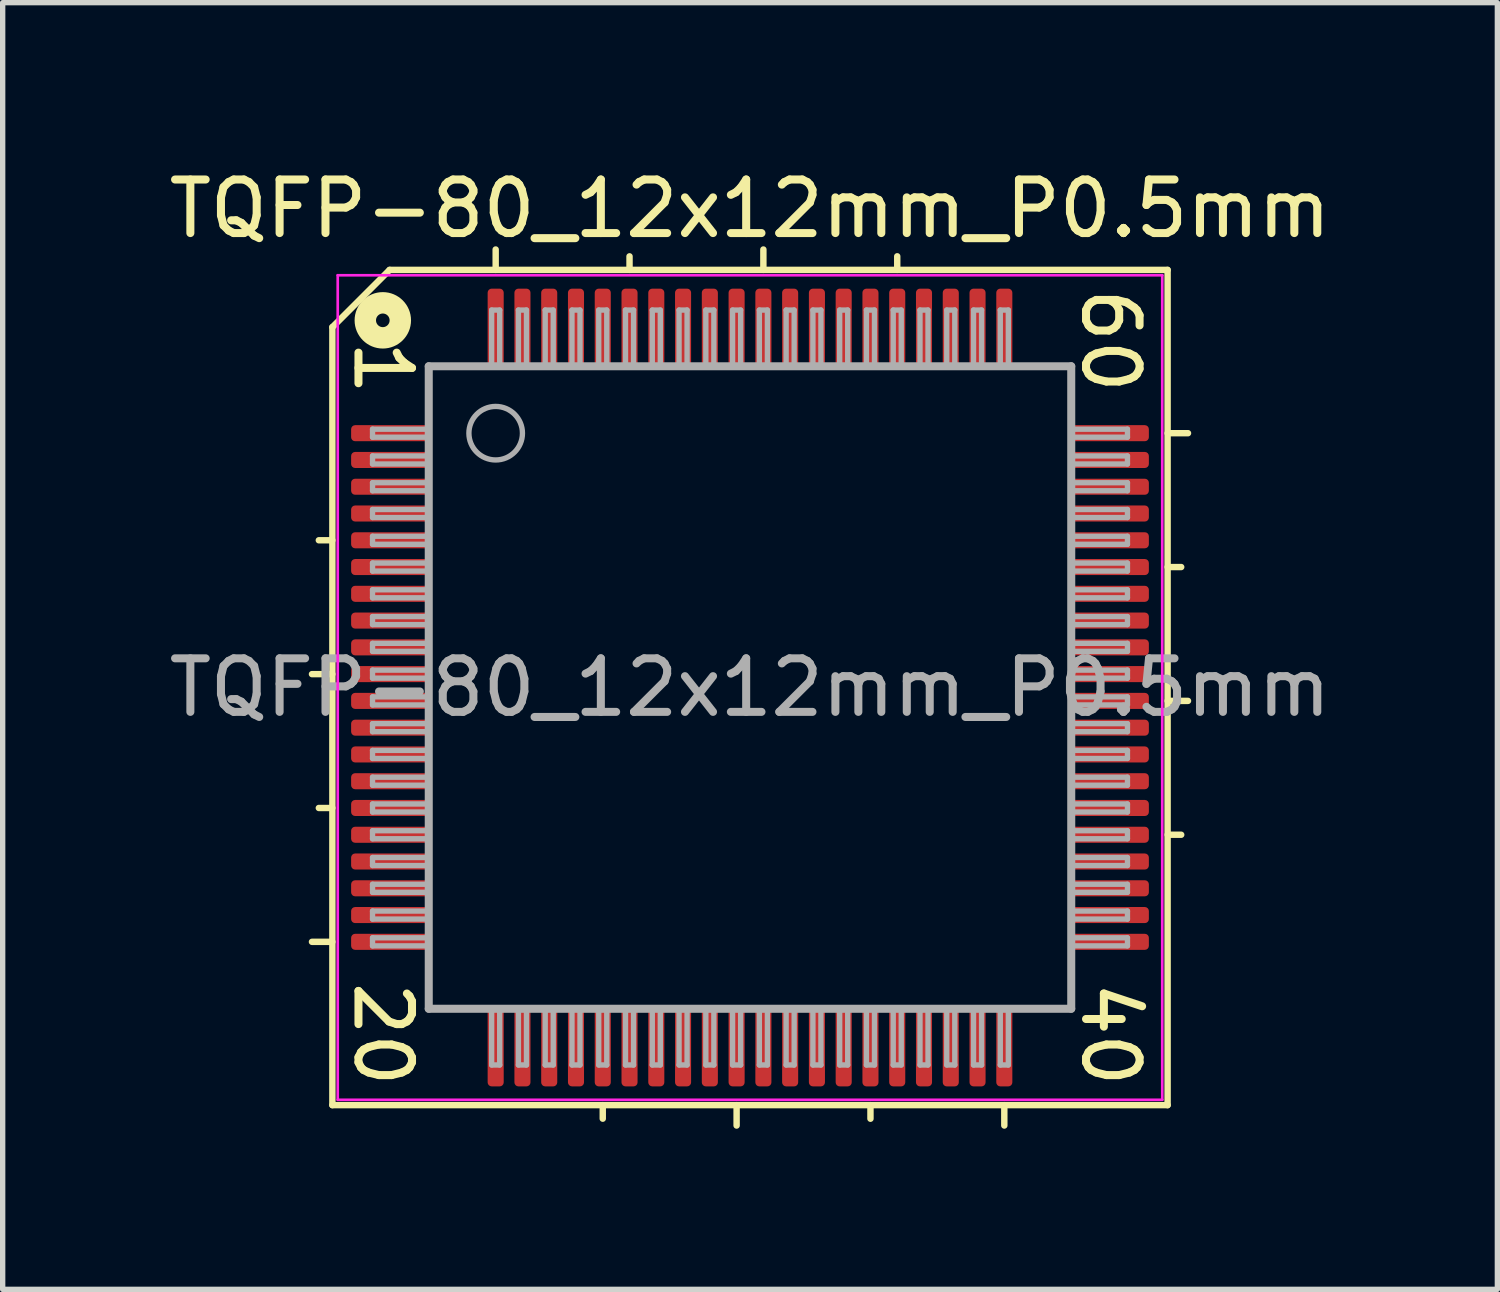
<source format=kicad_pcb>
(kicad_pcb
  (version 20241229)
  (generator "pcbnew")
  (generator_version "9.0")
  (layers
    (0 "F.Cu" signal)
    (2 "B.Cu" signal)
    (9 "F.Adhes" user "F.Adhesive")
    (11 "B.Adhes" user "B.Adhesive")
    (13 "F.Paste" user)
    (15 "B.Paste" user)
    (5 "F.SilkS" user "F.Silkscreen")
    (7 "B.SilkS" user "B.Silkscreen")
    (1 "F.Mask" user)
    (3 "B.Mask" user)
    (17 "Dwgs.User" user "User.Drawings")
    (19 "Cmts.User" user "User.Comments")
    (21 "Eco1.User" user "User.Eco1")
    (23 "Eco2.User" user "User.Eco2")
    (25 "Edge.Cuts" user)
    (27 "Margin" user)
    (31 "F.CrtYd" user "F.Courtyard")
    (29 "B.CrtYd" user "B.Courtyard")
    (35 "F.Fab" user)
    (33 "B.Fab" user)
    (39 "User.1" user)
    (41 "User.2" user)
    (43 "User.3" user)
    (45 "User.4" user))
  (footprint "TQFP-80_12x12mm_P0.5mm"
    (layer "F.Cu")
    (at 10.958 9.791)
    (property "Reference" "TQFP-80_12x12mm_P0.5mm" (at 0 -8.943 0) (layer "F.SilkS") (effects (font (size 1 1) (thickness 0.15))))
    (attr smd)
    (fp_line (start -8.181 -0.25) (end -7.8 -0.25) (stroke (width 0.12) (type solid)) (layer "F.SilkS"))
    (fp_line (start -8.181 4.75) (end -7.8 4.75) (stroke (width 0.12) (type solid)) (layer "F.SilkS"))
    (fp_line (start -8.053 2.25) (end -7.8 2.25) (stroke (width 0.12) (type solid)) (layer "F.SilkS"))
    (fp_line (start -7.8 -6.731) (end -7.8 7.8) (stroke (width 0.12) (type solid)) (layer "F.SilkS"))
    (fp_line (start -7.8 -2.75) (end -8.053 -2.75) (stroke (width 0.12) (type solid)) (layer "F.SilkS"))
    (fp_line (start -7.8 7.8) (end 7.8 7.8) (stroke (width 0.12) (type solid)) (layer "F.SilkS"))
    (fp_line (start -6.731 -7.8) (end -7.8 -6.731) (stroke (width 0.12) (type solid)) (layer "F.SilkS"))
    (fp_line (start -4.75 -7.8) (end -4.75 -8.181) (stroke (width 0.12) (type solid)) (layer "F.SilkS"))
    (fp_line (start -2.75 8.053) (end -2.75 7.8) (stroke (width 0.12) (type solid)) (layer "F.SilkS"))
    (fp_line (start -2.25 -7.8) (end -2.25 -8.053) (stroke (width 0.12) (type solid)) (layer "F.SilkS"))
    (fp_line (start -0.25 8.181) (end -0.25 7.8) (stroke (width 0.12) (type solid)) (layer "F.SilkS"))
    (fp_line (start 0.25 -7.8) (end 0.25 -8.181) (stroke (width 0.12) (type solid)) (layer "F.SilkS"))
    (fp_line (start 2.25 8.054) (end 2.25 7.8) (stroke (width 0.12) (type solid)) (layer "F.SilkS"))
    (fp_line (start 2.75 -7.8) (end 2.75 -8.054) (stroke (width 0.12) (type solid)) (layer "F.SilkS"))
    (fp_line (start 4.75 8.181) (end 4.75 7.8) (stroke (width 0.12) (type solid)) (layer "F.SilkS"))
    (fp_line (start 7.8 -7.8) (end -6.731 -7.8) (stroke (width 0.12) (type solid)) (layer "F.SilkS"))
    (fp_line (start 7.8 -4.75) (end 8.181 -4.75) (stroke (width 0.12) (type solid)) (layer "F.SilkS"))
    (fp_line (start 7.8 -2.25) (end 8.054 -2.25) (stroke (width 0.12) (type solid)) (layer "F.SilkS"))
    (fp_line (start 7.8 0.25) (end 8.181 0.25) (stroke (width 0.12) (type solid)) (layer "F.SilkS"))
    (fp_line (start 7.8 7.8) (end 7.8 -7.8) (stroke (width 0.12) (type solid)) (layer "F.SilkS"))
    (fp_line (start 7.801 2.75) (end 8.054 2.75) (stroke (width 0.12) (type solid)) (layer "F.SilkS"))
    (fp_circle (center -6.858 -6.858) (end -6.731 -6.858) (stroke (width 0.4) (type solid)) (fill no) (layer "F.SilkS"))
    (fp_line (start -7.7 -7.7) (end -7.7 7.7) (stroke (width 0.05) (type solid)) (layer "F.CrtYd"))
    (fp_line (start -7.7 -7.7) (end 7.7 -7.7) (stroke (width 0.05) (type solid)) (layer "F.CrtYd"))
    (fp_line (start -7.7 7.7) (end 7.7 7.7) (stroke (width 0.05) (type solid)) (layer "F.CrtYd"))
    (fp_line (start 7.7 -7.7) (end 7.7 7.7) (stroke (width 0.05) (type solid)) (layer "F.CrtYd"))
    (fp_line (start -7.05 -4.825) (end -7.05 -4.675) (stroke (width 0.1) (type solid)) (layer "F.Fab"))
    (fp_line (start -7.05 -4.825) (end -6 -4.825) (stroke (width 0.1) (type solid)) (layer "F.Fab"))
    (fp_line (start -7.05 -4.675) (end -6 -4.675) (stroke (width 0.1) (type solid)) (layer "F.Fab"))
    (fp_line (start -7.05 -4.325) (end -7.05 -4.175) (stroke (width 0.1) (type solid)) (layer "F.Fab"))
    (fp_line (start -7.05 -4.325) (end -6 -4.325) (stroke (width 0.1) (type solid)) (layer "F.Fab"))
    (fp_line (start -7.05 -4.175) (end -6 -4.175) (stroke (width 0.1) (type solid)) (layer "F.Fab"))
    (fp_line (start -7.05 -3.825) (end -7.05 -3.675) (stroke (width 0.1) (type solid)) (layer "F.Fab"))
    (fp_line (start -7.05 -3.825) (end -6 -3.825) (stroke (width 0.1) (type solid)) (layer "F.Fab"))
    (fp_line (start -7.05 -3.675) (end -6 -3.675) (stroke (width 0.1) (type solid)) (layer "F.Fab"))
    (fp_line (start -7.05 -3.325) (end -7.05 -3.175) (stroke (width 0.1) (type solid)) (layer "F.Fab"))
    (fp_line (start -7.05 -3.325) (end -6 -3.325) (stroke (width 0.1) (type solid)) (layer "F.Fab"))
    (fp_line (start -7.05 -3.175) (end -6 -3.175) (stroke (width 0.1) (type solid)) (layer "F.Fab"))
    (fp_line (start -7.05 -2.825) (end -7.05 -2.675) (stroke (width 0.1) (type solid)) (layer "F.Fab"))
    (fp_line (start -7.05 -2.825) (end -6 -2.825) (stroke (width 0.1) (type solid)) (layer "F.Fab"))
    (fp_line (start -7.05 -2.675) (end -6 -2.675) (stroke (width 0.1) (type solid)) (layer "F.Fab"))
    (fp_line (start -7.05 -2.325) (end -7.05 -2.175) (stroke (width 0.1) (type solid)) (layer "F.Fab"))
    (fp_line (start -7.05 -2.325) (end -6 -2.325) (stroke (width 0.1) (type solid)) (layer "F.Fab"))
    (fp_line (start -7.05 -2.175) (end -6 -2.175) (stroke (width 0.1) (type solid)) (layer "F.Fab"))
    (fp_line (start -7.05 -1.825) (end -7.05 -1.675) (stroke (width 0.1) (type solid)) (layer "F.Fab"))
    (fp_line (start -7.05 -1.825) (end -6 -1.825) (stroke (width 0.1) (type solid)) (layer "F.Fab"))
    (fp_line (start -7.05 -1.675) (end -6 -1.675) (stroke (width 0.1) (type solid)) (layer "F.Fab"))
    (fp_line (start -7.05 -1.325) (end -7.05 -1.175) (stroke (width 0.1) (type solid)) (layer "F.Fab"))
    (fp_line (start -7.05 -1.325) (end -6 -1.325) (stroke (width 0.1) (type solid)) (layer "F.Fab"))
    (fp_line (start -7.05 -1.175) (end -6 -1.175) (stroke (width 0.1) (type solid)) (layer "F.Fab"))
    (fp_line (start -7.05 -0.825) (end -7.05 -0.675) (stroke (width 0.1) (type solid)) (layer "F.Fab"))
    (fp_line (start -7.05 -0.825) (end -6 -0.825) (stroke (width 0.1) (type solid)) (layer "F.Fab"))
    (fp_line (start -7.05 -0.675) (end -6 -0.675) (stroke (width 0.1) (type solid)) (layer "F.Fab"))
    (fp_line (start -7.05 -0.325) (end -7.05 -0.175) (stroke (width 0.1) (type solid)) (layer "F.Fab"))
    (fp_line (start -7.05 -0.325) (end -6 -0.325) (stroke (width 0.1) (type solid)) (layer "F.Fab"))
    (fp_line (start -7.05 -0.175) (end -6 -0.175) (stroke (width 0.1) (type solid)) (layer "F.Fab"))
    (fp_line (start -7.05 0.175) (end -7.05 0.325) (stroke (width 0.1) (type solid)) (layer "F.Fab"))
    (fp_line (start -7.05 0.175) (end -6 0.175) (stroke (width 0.1) (type solid)) (layer "F.Fab"))
    (fp_line (start -7.05 0.325) (end -6 0.325) (stroke (width 0.1) (type solid)) (layer "F.Fab"))
    (fp_line (start -7.05 0.675) (end -7.05 0.825) (stroke (width 0.1) (type solid)) (layer "F.Fab"))
    (fp_line (start -7.05 0.675) (end -6 0.675) (stroke (width 0.1) (type solid)) (layer "F.Fab"))
    (fp_line (start -7.05 0.825) (end -6 0.825) (stroke (width 0.1) (type solid)) (layer "F.Fab"))
    (fp_line (start -7.05 1.175) (end -7.05 1.325) (stroke (width 0.1) (type solid)) (layer "F.Fab"))
    (fp_line (start -7.05 1.175) (end -6 1.175) (stroke (width 0.1) (type solid)) (layer "F.Fab"))
    (fp_line (start -7.05 1.325) (end -6 1.325) (stroke (width 0.1) (type solid)) (layer "F.Fab"))
    (fp_line (start -7.05 1.675) (end -7.05 1.825) (stroke (width 0.1) (type solid)) (layer "F.Fab"))
    (fp_line (start -7.05 1.675) (end -6 1.675) (stroke (width 0.1) (type solid)) (layer "F.Fab"))
    (fp_line (start -7.05 1.825) (end -6 1.825) (stroke (width 0.1) (type solid)) (layer "F.Fab"))
    (fp_line (start -7.05 2.175) (end -7.05 2.325) (stroke (width 0.1) (type solid)) (layer "F.Fab"))
    (fp_line (start -7.05 2.175) (end -6 2.175) (stroke (width 0.1) (type solid)) (layer "F.Fab"))
    (fp_line (start -7.05 2.325) (end -6 2.325) (stroke (width 0.1) (type solid)) (layer "F.Fab"))
    (fp_line (start -7.05 2.675) (end -7.05 2.825) (stroke (width 0.1) (type solid)) (layer "F.Fab"))
    (fp_line (start -7.05 2.675) (end -6 2.675) (stroke (width 0.1) (type solid)) (layer "F.Fab"))
    (fp_line (start -7.05 2.825) (end -6 2.825) (stroke (width 0.1) (type solid)) (layer "F.Fab"))
    (fp_line (start -7.05 3.175) (end -7.05 3.325) (stroke (width 0.1) (type solid)) (layer "F.Fab"))
    (fp_line (start -7.05 3.175) (end -6 3.175) (stroke (width 0.1) (type solid)) (layer "F.Fab"))
    (fp_line (start -7.05 3.325) (end -6 3.325) (stroke (width 0.1) (type solid)) (layer "F.Fab"))
    (fp_line (start -7.05 3.675) (end -7.05 3.825) (stroke (width 0.1) (type solid)) (layer "F.Fab"))
    (fp_line (start -7.05 3.675) (end -6 3.675) (stroke (width 0.1) (type solid)) (layer "F.Fab"))
    (fp_line (start -7.05 3.825) (end -6 3.825) (stroke (width 0.1) (type solid)) (layer "F.Fab"))
    (fp_line (start -7.05 4.175) (end -7.05 4.325) (stroke (width 0.1) (type solid)) (layer "F.Fab"))
    (fp_line (start -7.05 4.175) (end -6 4.175) (stroke (width 0.1) (type solid)) (layer "F.Fab"))
    (fp_line (start -7.05 4.325) (end -6 4.325) (stroke (width 0.1) (type solid)) (layer "F.Fab"))
    (fp_line (start -7.05 4.675) (end -7.05 4.825) (stroke (width 0.1) (type solid)) (layer "F.Fab"))
    (fp_line (start -7.05 4.675) (end -6 4.675) (stroke (width 0.1) (type solid)) (layer "F.Fab"))
    (fp_line (start -7.05 4.825) (end -6 4.825) (stroke (width 0.1) (type solid)) (layer "F.Fab"))
    (fp_line (start -6 -6) (end 6 -6) (stroke (width 0.15) (type solid)) (layer "F.Fab"))
    (fp_line (start -6 6) (end -6 -6) (stroke (width 0.15) (type solid)) (layer "F.Fab"))
    (fp_line (start -4.825 -7.05) (end -4.825 -6) (stroke (width 0.1) (type solid)) (layer "F.Fab"))
    (fp_line (start -4.825 7.05) (end -4.825 6) (stroke (width 0.1) (type solid)) (layer "F.Fab"))
    (fp_line (start -4.825 7.05) (end -4.675 7.05) (stroke (width 0.1) (type solid)) (layer "F.Fab"))
    (fp_line (start -4.675 -7.05) (end -4.825 -7.05) (stroke (width 0.1) (type solid)) (layer "F.Fab"))
    (fp_line (start -4.675 -7.05) (end -4.675 -6) (stroke (width 0.1) (type solid)) (layer "F.Fab"))
    (fp_line (start -4.675 7.05) (end -4.675 6) (stroke (width 0.1) (type solid)) (layer "F.Fab"))
    (fp_line (start -4.325 -7.05) (end -4.325 -6) (stroke (width 0.1) (type solid)) (layer "F.Fab"))
    (fp_line (start -4.325 7.05) (end -4.325 6) (stroke (width 0.1) (type solid)) (layer "F.Fab"))
    (fp_line (start -4.325 7.05) (end -4.175 7.05) (stroke (width 0.1) (type solid)) (layer "F.Fab"))
    (fp_line (start -4.175 -7.05) (end -4.325 -7.05) (stroke (width 0.1) (type solid)) (layer "F.Fab"))
    (fp_line (start -4.175 -7.05) (end -4.175 -6) (stroke (width 0.1) (type solid)) (layer "F.Fab"))
    (fp_line (start -4.175 7.05) (end -4.175 6) (stroke (width 0.1) (type solid)) (layer "F.Fab"))
    (fp_line (start -3.825 -7.05) (end -3.825 -6) (stroke (width 0.1) (type solid)) (layer "F.Fab"))
    (fp_line (start -3.825 7.05) (end -3.825 6) (stroke (width 0.1) (type solid)) (layer "F.Fab"))
    (fp_line (start -3.825 7.05) (end -3.675 7.05) (stroke (width 0.1) (type solid)) (layer "F.Fab"))
    (fp_line (start -3.675 -7.05) (end -3.825 -7.05) (stroke (width 0.1) (type solid)) (layer "F.Fab"))
    (fp_line (start -3.675 -7.05) (end -3.675 -6) (stroke (width 0.1) (type solid)) (layer "F.Fab"))
    (fp_line (start -3.675 7.05) (end -3.675 6) (stroke (width 0.1) (type solid)) (layer "F.Fab"))
    (fp_line (start -3.325 -7.05) (end -3.325 -6) (stroke (width 0.1) (type solid)) (layer "F.Fab"))
    (fp_line (start -3.325 7.05) (end -3.325 6) (stroke (width 0.1) (type solid)) (layer "F.Fab"))
    (fp_line (start -3.325 7.05) (end -3.175 7.05) (stroke (width 0.1) (type solid)) (layer "F.Fab"))
    (fp_line (start -3.175 -7.05) (end -3.325 -7.05) (stroke (width 0.1) (type solid)) (layer "F.Fab"))
    (fp_line (start -3.175 -7.05) (end -3.175 -6) (stroke (width 0.1) (type solid)) (layer "F.Fab"))
    (fp_line (start -3.175 7.05) (end -3.175 6) (stroke (width 0.1) (type solid)) (layer "F.Fab"))
    (fp_line (start -2.825 -7.05) (end -2.825 -6) (stroke (width 0.1) (type solid)) (layer "F.Fab"))
    (fp_line (start -2.825 7.05) (end -2.825 6) (stroke (width 0.1) (type solid)) (layer "F.Fab"))
    (fp_line (start -2.825 7.05) (end -2.675 7.05) (stroke (width 0.1) (type solid)) (layer "F.Fab"))
    (fp_line (start -2.675 -7.05) (end -2.825 -7.05) (stroke (width 0.1) (type solid)) (layer "F.Fab"))
    (fp_line (start -2.675 -7.05) (end -2.675 -6) (stroke (width 0.1) (type solid)) (layer "F.Fab"))
    (fp_line (start -2.675 7.05) (end -2.675 6) (stroke (width 0.1) (type solid)) (layer "F.Fab"))
    (fp_line (start -2.325 -7.05) (end -2.325 -6) (stroke (width 0.1) (type solid)) (layer "F.Fab"))
    (fp_line (start -2.325 7.05) (end -2.325 6) (stroke (width 0.1) (type solid)) (layer "F.Fab"))
    (fp_line (start -2.325 7.05) (end -2.175 7.05) (stroke (width 0.1) (type solid)) (layer "F.Fab"))
    (fp_line (start -2.175 -7.05) (end -2.325 -7.05) (stroke (width 0.1) (type solid)) (layer "F.Fab"))
    (fp_line (start -2.175 -7.05) (end -2.175 -6) (stroke (width 0.1) (type solid)) (layer "F.Fab"))
    (fp_line (start -2.175 7.05) (end -2.175 6) (stroke (width 0.1) (type solid)) (layer "F.Fab"))
    (fp_line (start -1.825 -7.05) (end -1.825 -6) (stroke (width 0.1) (type solid)) (layer "F.Fab"))
    (fp_line (start -1.825 7.05) (end -1.825 6) (stroke (width 0.1) (type solid)) (layer "F.Fab"))
    (fp_line (start -1.825 7.05) (end -1.675 7.05) (stroke (width 0.1) (type solid)) (layer "F.Fab"))
    (fp_line (start -1.675 -7.05) (end -1.825 -7.05) (stroke (width 0.1) (type solid)) (layer "F.Fab"))
    (fp_line (start -1.675 -7.05) (end -1.675 -6) (stroke (width 0.1) (type solid)) (layer "F.Fab"))
    (fp_line (start -1.675 7.05) (end -1.675 6) (stroke (width 0.1) (type solid)) (layer "F.Fab"))
    (fp_line (start -1.325 -7.05) (end -1.325 -6) (stroke (width 0.1) (type solid)) (layer "F.Fab"))
    (fp_line (start -1.325 7.05) (end -1.325 6) (stroke (width 0.1) (type solid)) (layer "F.Fab"))
    (fp_line (start -1.325 7.05) (end -1.175 7.05) (stroke (width 0.1) (type solid)) (layer "F.Fab"))
    (fp_line (start -1.175 -7.05) (end -1.325 -7.05) (stroke (width 0.1) (type solid)) (layer "F.Fab"))
    (fp_line (start -1.175 -7.05) (end -1.175 -6) (stroke (width 0.1) (type solid)) (layer "F.Fab"))
    (fp_line (start -1.175 7.05) (end -1.175 6) (stroke (width 0.1) (type solid)) (layer "F.Fab"))
    (fp_line (start -0.825 -7.05) (end -0.825 -6) (stroke (width 0.1) (type solid)) (layer "F.Fab"))
    (fp_line (start -0.825 7.05) (end -0.825 6) (stroke (width 0.1) (type solid)) (layer "F.Fab"))
    (fp_line (start -0.825 7.05) (end -0.675 7.05) (stroke (width 0.1) (type solid)) (layer "F.Fab"))
    (fp_line (start -0.675 -7.05) (end -0.825 -7.05) (stroke (width 0.1) (type solid)) (layer "F.Fab"))
    (fp_line (start -0.675 -7.05) (end -0.675 -6) (stroke (width 0.1) (type solid)) (layer "F.Fab"))
    (fp_line (start -0.675 7.05) (end -0.675 6) (stroke (width 0.1) (type solid)) (layer "F.Fab"))
    (fp_line (start -0.325 -7.05) (end -0.325 -6) (stroke (width 0.1) (type solid)) (layer "F.Fab"))
    (fp_line (start -0.325 7.05) (end -0.325 6) (stroke (width 0.1) (type solid)) (layer "F.Fab"))
    (fp_line (start -0.325 7.05) (end -0.175 7.05) (stroke (width 0.1) (type solid)) (layer "F.Fab"))
    (fp_line (start -0.175 -7.05) (end -0.325 -7.05) (stroke (width 0.1) (type solid)) (layer "F.Fab"))
    (fp_line (start -0.175 -7.05) (end -0.175 -6) (stroke (width 0.1) (type solid)) (layer "F.Fab"))
    (fp_line (start -0.175 7.05) (end -0.175 6) (stroke (width 0.1) (type solid)) (layer "F.Fab"))
    (fp_line (start 0.175 -7.05) (end 0.175 -6) (stroke (width 0.1) (type solid)) (layer "F.Fab"))
    (fp_line (start 0.175 7.05) (end 0.175 6) (stroke (width 0.1) (type solid)) (layer "F.Fab"))
    (fp_line (start 0.175 7.05) (end 0.325 7.05) (stroke (width 0.1) (type solid)) (layer "F.Fab"))
    (fp_line (start 0.325 -7.05) (end 0.175 -7.05) (stroke (width 0.1) (type solid)) (layer "F.Fab"))
    (fp_line (start 0.325 -7.05) (end 0.325 -6) (stroke (width 0.1) (type solid)) (layer "F.Fab"))
    (fp_line (start 0.325 7.05) (end 0.325 6) (stroke (width 0.1) (type solid)) (layer "F.Fab"))
    (fp_line (start 0.675 -7.05) (end 0.675 -6) (stroke (width 0.1) (type solid)) (layer "F.Fab"))
    (fp_line (start 0.675 7.05) (end 0.675 6) (stroke (width 0.1) (type solid)) (layer "F.Fab"))
    (fp_line (start 0.675 7.05) (end 0.825 7.05) (stroke (width 0.1) (type solid)) (layer "F.Fab"))
    (fp_line (start 0.825 -7.05) (end 0.675 -7.05) (stroke (width 0.1) (type solid)) (layer "F.Fab"))
    (fp_line (start 0.825 -7.05) (end 0.825 -6) (stroke (width 0.1) (type solid)) (layer "F.Fab"))
    (fp_line (start 0.825 7.05) (end 0.825 6) (stroke (width 0.1) (type solid)) (layer "F.Fab"))
    (fp_line (start 1.175 -7.05) (end 1.175 -6) (stroke (width 0.1) (type solid)) (layer "F.Fab"))
    (fp_line (start 1.175 7.05) (end 1.175 6) (stroke (width 0.1) (type solid)) (layer "F.Fab"))
    (fp_line (start 1.175 7.05) (end 1.325 7.05) (stroke (width 0.1) (type solid)) (layer "F.Fab"))
    (fp_line (start 1.325 -7.05) (end 1.175 -7.05) (stroke (width 0.1) (type solid)) (layer "F.Fab"))
    (fp_line (start 1.325 -7.05) (end 1.325 -6) (stroke (width 0.1) (type solid)) (layer "F.Fab"))
    (fp_line (start 1.325 7.05) (end 1.325 6) (stroke (width 0.1) (type solid)) (layer "F.Fab"))
    (fp_line (start 1.675 -7.05) (end 1.675 -6) (stroke (width 0.1) (type solid)) (layer "F.Fab"))
    (fp_line (start 1.675 7.05) (end 1.675 6) (stroke (width 0.1) (type solid)) (layer "F.Fab"))
    (fp_line (start 1.675 7.05) (end 1.825 7.05) (stroke (width 0.1) (type solid)) (layer "F.Fab"))
    (fp_line (start 1.825 -7.05) (end 1.675 -7.05) (stroke (width 0.1) (type solid)) (layer "F.Fab"))
    (fp_line (start 1.825 -7.05) (end 1.825 -6) (stroke (width 0.1) (type solid)) (layer "F.Fab"))
    (fp_line (start 1.825 7.05) (end 1.825 6) (stroke (width 0.1) (type solid)) (layer "F.Fab"))
    (fp_line (start 2.175 -7.05) (end 2.175 -6) (stroke (width 0.1) (type solid)) (layer "F.Fab"))
    (fp_line (start 2.175 7.05) (end 2.175 6) (stroke (width 0.1) (type solid)) (layer "F.Fab"))
    (fp_line (start 2.175 7.05) (end 2.325 7.05) (stroke (width 0.1) (type solid)) (layer "F.Fab"))
    (fp_line (start 2.325 -7.05) (end 2.175 -7.05) (stroke (width 0.1) (type solid)) (layer "F.Fab"))
    (fp_line (start 2.325 -7.05) (end 2.325 -6) (stroke (width 0.1) (type solid)) (layer "F.Fab"))
    (fp_line (start 2.325 7.05) (end 2.325 6) (stroke (width 0.1) (type solid)) (layer "F.Fab"))
    (fp_line (start 2.675 -7.05) (end 2.675 -6) (stroke (width 0.1) (type solid)) (layer "F.Fab"))
    (fp_line (start 2.675 7.05) (end 2.675 6) (stroke (width 0.1) (type solid)) (layer "F.Fab"))
    (fp_line (start 2.675 7.05) (end 2.825 7.05) (stroke (width 0.1) (type solid)) (layer "F.Fab"))
    (fp_line (start 2.825 -7.05) (end 2.675 -7.05) (stroke (width 0.1) (type solid)) (layer "F.Fab"))
    (fp_line (start 2.825 -7.05) (end 2.825 -6) (stroke (width 0.1) (type solid)) (layer "F.Fab"))
    (fp_line (start 2.825 7.05) (end 2.825 6) (stroke (width 0.1) (type solid)) (layer "F.Fab"))
    (fp_line (start 3.175 -7.05) (end 3.175 -6) (stroke (width 0.1) (type solid)) (layer "F.Fab"))
    (fp_line (start 3.175 7.05) (end 3.175 6) (stroke (width 0.1) (type solid)) (layer "F.Fab"))
    (fp_line (start 3.175 7.05) (end 3.325 7.05) (stroke (width 0.1) (type solid)) (layer "F.Fab"))
    (fp_line (start 3.325 -7.05) (end 3.175 -7.05) (stroke (width 0.1) (type solid)) (layer "F.Fab"))
    (fp_line (start 3.325 -7.05) (end 3.325 -6) (stroke (width 0.1) (type solid)) (layer "F.Fab"))
    (fp_line (start 3.325 7.05) (end 3.325 6) (stroke (width 0.1) (type solid)) (layer "F.Fab"))
    (fp_line (start 3.675 -7.05) (end 3.675 -6) (stroke (width 0.1) (type solid)) (layer "F.Fab"))
    (fp_line (start 3.675 7.05) (end 3.675 6) (stroke (width 0.1) (type solid)) (layer "F.Fab"))
    (fp_line (start 3.675 7.05) (end 3.825 7.05) (stroke (width 0.1) (type solid)) (layer "F.Fab"))
    (fp_line (start 3.825 -7.05) (end 3.675 -7.05) (stroke (width 0.1) (type solid)) (layer "F.Fab"))
    (fp_line (start 3.825 -7.05) (end 3.825 -6) (stroke (width 0.1) (type solid)) (layer "F.Fab"))
    (fp_line (start 3.825 7.05) (end 3.825 6) (stroke (width 0.1) (type solid)) (layer "F.Fab"))
    (fp_line (start 4.175 -7.05) (end 4.175 -6) (stroke (width 0.1) (type solid)) (layer "F.Fab"))
    (fp_line (start 4.175 7.05) (end 4.175 6) (stroke (width 0.1) (type solid)) (layer "F.Fab"))
    (fp_line (start 4.175 7.05) (end 4.325 7.05) (stroke (width 0.1) (type solid)) (layer "F.Fab"))
    (fp_line (start 4.325 -7.05) (end 4.175 -7.05) (stroke (width 0.1) (type solid)) (layer "F.Fab"))
    (fp_line (start 4.325 -7.05) (end 4.325 -6) (stroke (width 0.1) (type solid)) (layer "F.Fab"))
    (fp_line (start 4.325 7.05) (end 4.325 6) (stroke (width 0.1) (type solid)) (layer "F.Fab"))
    (fp_line (start 4.675 -7.05) (end 4.675 -6) (stroke (width 0.1) (type solid)) (layer "F.Fab"))
    (fp_line (start 4.675 7.05) (end 4.675 6) (stroke (width 0.1) (type solid)) (layer "F.Fab"))
    (fp_line (start 4.675 7.05) (end 4.825 7.05) (stroke (width 0.1) (type solid)) (layer "F.Fab"))
    (fp_line (start 4.825 -7.05) (end 4.675 -7.05) (stroke (width 0.1) (type solid)) (layer "F.Fab"))
    (fp_line (start 4.825 -7.05) (end 4.825 -6) (stroke (width 0.1) (type solid)) (layer "F.Fab"))
    (fp_line (start 4.825 7.05) (end 4.825 6) (stroke (width 0.1) (type solid)) (layer "F.Fab"))
    (fp_line (start 6 -6) (end 6 6) (stroke (width 0.15) (type solid)) (layer "F.Fab"))
    (fp_line (start 6 6) (end -6 6) (stroke (width 0.15) (type solid)) (layer "F.Fab"))
    (fp_line (start 7.05 -4.825) (end 6 -4.825) (stroke (width 0.1) (type solid)) (layer "F.Fab"))
    (fp_line (start 7.05 -4.675) (end 6 -4.675) (stroke (width 0.1) (type solid)) (layer "F.Fab"))
    (fp_line (start 7.05 -4.675) (end 7.05 -4.825) (stroke (width 0.1) (type solid)) (layer "F.Fab"))
    (fp_line (start 7.05 -4.325) (end 6 -4.325) (stroke (width 0.1) (type solid)) (layer "F.Fab"))
    (fp_line (start 7.05 -4.175) (end 6 -4.175) (stroke (width 0.1) (type solid)) (layer "F.Fab"))
    (fp_line (start 7.05 -4.175) (end 7.05 -4.325) (stroke (width 0.1) (type solid)) (layer "F.Fab"))
    (fp_line (start 7.05 -3.825) (end 6 -3.825) (stroke (width 0.1) (type solid)) (layer "F.Fab"))
    (fp_line (start 7.05 -3.675) (end 6 -3.675) (stroke (width 0.1) (type solid)) (layer "F.Fab"))
    (fp_line (start 7.05 -3.675) (end 7.05 -3.825) (stroke (width 0.1) (type solid)) (layer "F.Fab"))
    (fp_line (start 7.05 -3.325) (end 6 -3.325) (stroke (width 0.1) (type solid)) (layer "F.Fab"))
    (fp_line (start 7.05 -3.175) (end 6 -3.175) (stroke (width 0.1) (type solid)) (layer "F.Fab"))
    (fp_line (start 7.05 -3.175) (end 7.05 -3.325) (stroke (width 0.1) (type solid)) (layer "F.Fab"))
    (fp_line (start 7.05 -2.825) (end 6 -2.825) (stroke (width 0.1) (type solid)) (layer "F.Fab"))
    (fp_line (start 7.05 -2.675) (end 6 -2.675) (stroke (width 0.1) (type solid)) (layer "F.Fab"))
    (fp_line (start 7.05 -2.675) (end 7.05 -2.825) (stroke (width 0.1) (type solid)) (layer "F.Fab"))
    (fp_line (start 7.05 -2.325) (end 6 -2.325) (stroke (width 0.1) (type solid)) (layer "F.Fab"))
    (fp_line (start 7.05 -2.175) (end 6 -2.175) (stroke (width 0.1) (type solid)) (layer "F.Fab"))
    (fp_line (start 7.05 -2.175) (end 7.05 -2.325) (stroke (width 0.1) (type solid)) (layer "F.Fab"))
    (fp_line (start 7.05 -1.825) (end 6 -1.825) (stroke (width 0.1) (type solid)) (layer "F.Fab"))
    (fp_line (start 7.05 -1.675) (end 6 -1.675) (stroke (width 0.1) (type solid)) (layer "F.Fab"))
    (fp_line (start 7.05 -1.675) (end 7.05 -1.825) (stroke (width 0.1) (type solid)) (layer "F.Fab"))
    (fp_line (start 7.05 -1.325) (end 6 -1.325) (stroke (width 0.1) (type solid)) (layer "F.Fab"))
    (fp_line (start 7.05 -1.175) (end 6 -1.175) (stroke (width 0.1) (type solid)) (layer "F.Fab"))
    (fp_line (start 7.05 -1.175) (end 7.05 -1.325) (stroke (width 0.1) (type solid)) (layer "F.Fab"))
    (fp_line (start 7.05 -0.825) (end 6 -0.825) (stroke (width 0.1) (type solid)) (layer "F.Fab"))
    (fp_line (start 7.05 -0.675) (end 6 -0.675) (stroke (width 0.1) (type solid)) (layer "F.Fab"))
    (fp_line (start 7.05 -0.675) (end 7.05 -0.825) (stroke (width 0.1) (type solid)) (layer "F.Fab"))
    (fp_line (start 7.05 -0.325) (end 6 -0.325) (stroke (width 0.1) (type solid)) (layer "F.Fab"))
    (fp_line (start 7.05 -0.175) (end 6 -0.175) (stroke (width 0.1) (type solid)) (layer "F.Fab"))
    (fp_line (start 7.05 -0.175) (end 7.05 -0.325) (stroke (width 0.1) (type solid)) (layer "F.Fab"))
    (fp_line (start 7.05 0.175) (end 6 0.175) (stroke (width 0.1) (type solid)) (layer "F.Fab"))
    (fp_line (start 7.05 0.325) (end 6 0.325) (stroke (width 0.1) (type solid)) (layer "F.Fab"))
    (fp_line (start 7.05 0.325) (end 7.05 0.175) (stroke (width 0.1) (type solid)) (layer "F.Fab"))
    (fp_line (start 7.05 0.675) (end 6 0.675) (stroke (width 0.1) (type solid)) (layer "F.Fab"))
    (fp_line (start 7.05 0.825) (end 6 0.825) (stroke (width 0.1) (type solid)) (layer "F.Fab"))
    (fp_line (start 7.05 0.825) (end 7.05 0.675) (stroke (width 0.1) (type solid)) (layer "F.Fab"))
    (fp_line (start 7.05 1.175) (end 6 1.175) (stroke (width 0.1) (type solid)) (layer "F.Fab"))
    (fp_line (start 7.05 1.325) (end 6 1.325) (stroke (width 0.1) (type solid)) (layer "F.Fab"))
    (fp_line (start 7.05 1.325) (end 7.05 1.175) (stroke (width 0.1) (type solid)) (layer "F.Fab"))
    (fp_line (start 7.05 1.675) (end 6 1.675) (stroke (width 0.1) (type solid)) (layer "F.Fab"))
    (fp_line (start 7.05 1.825) (end 6 1.825) (stroke (width 0.1) (type solid)) (layer "F.Fab"))
    (fp_line (start 7.05 1.825) (end 7.05 1.675) (stroke (width 0.1) (type solid)) (layer "F.Fab"))
    (fp_line (start 7.05 2.175) (end 6 2.175) (stroke (width 0.1) (type solid)) (layer "F.Fab"))
    (fp_line (start 7.05 2.325) (end 6 2.325) (stroke (width 0.1) (type solid)) (layer "F.Fab"))
    (fp_line (start 7.05 2.325) (end 7.05 2.175) (stroke (width 0.1) (type solid)) (layer "F.Fab"))
    (fp_line (start 7.05 2.675) (end 6 2.675) (stroke (width 0.1) (type solid)) (layer "F.Fab"))
    (fp_line (start 7.05 2.825) (end 6 2.825) (stroke (width 0.1) (type solid)) (layer "F.Fab"))
    (fp_line (start 7.05 2.825) (end 7.05 2.675) (stroke (width 0.1) (type solid)) (layer "F.Fab"))
    (fp_line (start 7.05 3.175) (end 6 3.175) (stroke (width 0.1) (type solid)) (layer "F.Fab"))
    (fp_line (start 7.05 3.325) (end 6 3.325) (stroke (width 0.1) (type solid)) (layer "F.Fab"))
    (fp_line (start 7.05 3.325) (end 7.05 3.175) (stroke (width 0.1) (type solid)) (layer "F.Fab"))
    (fp_line (start 7.05 3.675) (end 6 3.675) (stroke (width 0.1) (type solid)) (layer "F.Fab"))
    (fp_line (start 7.05 3.825) (end 6 3.825) (stroke (width 0.1) (type solid)) (layer "F.Fab"))
    (fp_line (start 7.05 3.825) (end 7.05 3.675) (stroke (width 0.1) (type solid)) (layer "F.Fab"))
    (fp_line (start 7.05 4.175) (end 6 4.175) (stroke (width 0.1) (type solid)) (layer "F.Fab"))
    (fp_line (start 7.05 4.325) (end 6 4.325) (stroke (width 0.1) (type solid)) (layer "F.Fab"))
    (fp_line (start 7.05 4.325) (end 7.05 4.175) (stroke (width 0.1) (type solid)) (layer "F.Fab"))
    (fp_line (start 7.05 4.675) (end 6 4.675) (stroke (width 0.1) (type solid)) (layer "F.Fab"))
    (fp_line (start 7.05 4.825) (end 6 4.825) (stroke (width 0.1) (type solid)) (layer "F.Fab"))
    (fp_line (start 7.05 4.825) (end 7.05 4.675) (stroke (width 0.1) (type solid)) (layer "F.Fab"))
    (fp_circle (center -4.75 -4.75) (end -4.25 -4.75) (stroke (width 0.1) (type solid)) (fill no) (layer "F.Fab"))
    (fp_text user "20" (at -6.858 6.477 270) (unlocked yes) (layer "F.SilkS") (effects (font (size 1 1) (thickness 0.15))))
    (fp_text user "40" (at 6.731 6.477 270) (unlocked yes) (layer "F.SilkS") (effects (font (size 1 1) (thickness 0.15))))
    (fp_text user "1" (at -6.858 -5.969 270) (unlocked yes) (layer "F.SilkS") (effects (font (size 1 1) (thickness 0.15))))
    (fp_text user "60" (at 6.731 -6.477 270) (unlocked yes) (layer "F.SilkS") (effects (font (size 1 1) (thickness 0.15))))
    (fp_text user "${REFERENCE}" (at 0 0 0) (layer "F.Fab") (effects (font (size 1 1) (thickness 0.15))))
    (pad "1" smd roundrect (at -6.7 -4.75) (size 1.5 0.3) (layers "F.Cu" "F.Mask" "F.Paste") (roundrect_rratio 0.25))
    (pad "2" smd roundrect (at -6.7 -4.25) (size 1.5 0.3) (layers "F.Cu" "F.Mask" "F.Paste") (roundrect_rratio 0.25))
    (pad "3" smd roundrect (at -6.7 -3.75) (size 1.5 0.3) (layers "F.Cu" "F.Mask" "F.Paste") (roundrect_rratio 0.25))
    (pad "4" smd roundrect (at -6.7 -3.25) (size 1.5 0.3) (layers "F.Cu" "F.Mask" "F.Paste") (roundrect_rratio 0.25))
    (pad "5" smd roundrect (at -6.7 -2.75) (size 1.5 0.3) (layers "F.Cu" "F.Mask" "F.Paste") (roundrect_rratio 0.25))
    (pad "6" smd roundrect (at -6.7 -2.25) (size 1.5 0.3) (layers "F.Cu" "F.Mask" "F.Paste") (roundrect_rratio 0.25))
    (pad "7" smd roundrect (at -6.7 -1.75) (size 1.5 0.3) (layers "F.Cu" "F.Mask" "F.Paste") (roundrect_rratio 0.25))
    (pad "8" smd roundrect (at -6.7 -1.25) (size 1.5 0.3) (layers "F.Cu" "F.Mask" "F.Paste") (roundrect_rratio 0.25))
    (pad "9" smd roundrect (at -6.7 -0.75) (size 1.5 0.3) (layers "F.Cu" "F.Mask" "F.Paste") (roundrect_rratio 0.25))
    (pad "10" smd roundrect (at -6.7 -0.25) (size 1.5 0.3) (layers "F.Cu" "F.Mask" "F.Paste") (roundrect_rratio 0.25))
    (pad "11" smd roundrect (at -6.7 0.25) (size 1.5 0.3) (layers "F.Cu" "F.Mask" "F.Paste") (roundrect_rratio 0.25))
    (pad "12" smd roundrect (at -6.7 0.75) (size 1.5 0.3) (layers "F.Cu" "F.Mask" "F.Paste") (roundrect_rratio 0.25))
    (pad "13" smd roundrect (at -6.7 1.25) (size 1.5 0.3) (layers "F.Cu" "F.Mask" "F.Paste") (roundrect_rratio 0.25))
    (pad "14" smd roundrect (at -6.7 1.75) (size 1.5 0.3) (layers "F.Cu" "F.Mask" "F.Paste") (roundrect_rratio 0.25))
    (pad "15" smd roundrect (at -6.7 2.25) (size 1.5 0.3) (layers "F.Cu" "F.Mask" "F.Paste") (roundrect_rratio 0.25))
    (pad "16" smd roundrect (at -6.7 2.75) (size 1.5 0.3) (layers "F.Cu" "F.Mask" "F.Paste") (roundrect_rratio 0.25))
    (pad "17" smd roundrect (at -6.7 3.25) (size 1.5 0.3) (layers "F.Cu" "F.Mask" "F.Paste") (roundrect_rratio 0.25))
    (pad "18" smd roundrect (at -6.7 3.75) (size 1.5 0.3) (layers "F.Cu" "F.Mask" "F.Paste") (roundrect_rratio 0.25))
    (pad "19" smd roundrect (at -6.7 4.25) (size 1.5 0.3) (layers "F.Cu" "F.Mask" "F.Paste") (roundrect_rratio 0.25))
    (pad "20" smd roundrect (at -6.7 4.75) (size 1.5 0.3) (layers "F.Cu" "F.Mask" "F.Paste") (roundrect_rratio 0.25))
    (pad "21" smd roundrect (at -4.75 6.7 90) (size 1.5 0.3) (layers "F.Cu" "F.Mask" "F.Paste") (roundrect_rratio 0.25))
    (pad "22" smd roundrect (at -4.25 6.7 90) (size 1.5 0.3) (layers "F.Cu" "F.Mask" "F.Paste") (roundrect_rratio 0.25))
    (pad "23" smd roundrect (at -3.75 6.7 90) (size 1.5 0.3) (layers "F.Cu" "F.Mask" "F.Paste") (roundrect_rratio 0.25))
    (pad "24" smd roundrect (at -3.25 6.7 90) (size 1.5 0.3) (layers "F.Cu" "F.Mask" "F.Paste") (roundrect_rratio 0.25))
    (pad "25" smd roundrect (at -2.75 6.7 90) (size 1.5 0.3) (layers "F.Cu" "F.Mask" "F.Paste") (roundrect_rratio 0.25))
    (pad "26" smd roundrect (at -2.25 6.7 90) (size 1.5 0.3) (layers "F.Cu" "F.Mask" "F.Paste") (roundrect_rratio 0.25))
    (pad "27" smd roundrect (at -1.75 6.7 90) (size 1.5 0.3) (layers "F.Cu" "F.Mask" "F.Paste") (roundrect_rratio 0.25))
    (pad "28" smd roundrect (at -1.25 6.7 90) (size 1.5 0.3) (layers "F.Cu" "F.Mask" "F.Paste") (roundrect_rratio 0.25))
    (pad "29" smd roundrect (at -0.75 6.7 90) (size 1.5 0.3) (layers "F.Cu" "F.Mask" "F.Paste") (roundrect_rratio 0.25))
    (pad "30" smd roundrect (at -0.25 6.7 90) (size 1.5 0.3) (layers "F.Cu" "F.Mask" "F.Paste") (roundrect_rratio 0.25))
    (pad "31" smd roundrect (at 0.25 6.7 90) (size 1.5 0.3) (layers "F.Cu" "F.Mask" "F.Paste") (roundrect_rratio 0.25))
    (pad "32" smd roundrect (at 0.75 6.7 90) (size 1.5 0.3) (layers "F.Cu" "F.Mask" "F.Paste") (roundrect_rratio 0.25))
    (pad "33" smd roundrect (at 1.25 6.7 90) (size 1.5 0.3) (layers "F.Cu" "F.Mask" "F.Paste") (roundrect_rratio 0.25))
    (pad "34" smd roundrect (at 1.75 6.7 90) (size 1.5 0.3) (layers "F.Cu" "F.Mask" "F.Paste") (roundrect_rratio 0.25))
    (pad "35" smd roundrect (at 2.25 6.7 90) (size 1.5 0.3) (layers "F.Cu" "F.Mask" "F.Paste") (roundrect_rratio 0.25))
    (pad "36" smd roundrect (at 2.75 6.7 90) (size 1.5 0.3) (layers "F.Cu" "F.Mask" "F.Paste") (roundrect_rratio 0.25))
    (pad "37" smd roundrect (at 3.25 6.7 90) (size 1.5 0.3) (layers "F.Cu" "F.Mask" "F.Paste") (roundrect_rratio 0.25))
    (pad "38" smd roundrect (at 3.75 6.7 90) (size 1.5 0.3) (layers "F.Cu" "F.Mask" "F.Paste") (roundrect_rratio 0.25))
    (pad "39" smd roundrect (at 4.25 6.7 90) (size 1.5 0.3) (layers "F.Cu" "F.Mask" "F.Paste") (roundrect_rratio 0.25))
    (pad "40" smd roundrect (at 4.75 6.7 90) (size 1.5 0.3) (layers "F.Cu" "F.Mask" "F.Paste") (roundrect_rratio 0.25))
    (pad "41" smd roundrect (at 6.7 4.75) (size 1.5 0.3) (layers "F.Cu" "F.Mask" "F.Paste") (roundrect_rratio 0.25))
    (pad "42" smd roundrect (at 6.7 4.25) (size 1.5 0.3) (layers "F.Cu" "F.Mask" "F.Paste") (roundrect_rratio 0.25))
    (pad "43" smd roundrect (at 6.7 3.75) (size 1.5 0.3) (layers "F.Cu" "F.Mask" "F.Paste") (roundrect_rratio 0.25))
    (pad "44" smd roundrect (at 6.7 3.25) (size 1.5 0.3) (layers "F.Cu" "F.Mask" "F.Paste") (roundrect_rratio 0.25))
    (pad "45" smd roundrect (at 6.7 2.75) (size 1.5 0.3) (layers "F.Cu" "F.Mask" "F.Paste") (roundrect_rratio 0.25))
    (pad "46" smd roundrect (at 6.7 2.25) (size 1.5 0.3) (layers "F.Cu" "F.Mask" "F.Paste") (roundrect_rratio 0.25))
    (pad "47" smd roundrect (at 6.7 1.75) (size 1.5 0.3) (layers "F.Cu" "F.Mask" "F.Paste") (roundrect_rratio 0.25))
    (pad "48" smd roundrect (at 6.7 1.25) (size 1.5 0.3) (layers "F.Cu" "F.Mask" "F.Paste") (roundrect_rratio 0.25))
    (pad "49" smd roundrect (at 6.7 0.75) (size 1.5 0.3) (layers "F.Cu" "F.Mask" "F.Paste") (roundrect_rratio 0.25))
    (pad "50" smd roundrect (at 6.7 0.25) (size 1.5 0.3) (layers "F.Cu" "F.Mask" "F.Paste") (roundrect_rratio 0.25))
    (pad "51" smd roundrect (at 6.7 -0.25) (size 1.5 0.3) (layers "F.Cu" "F.Mask" "F.Paste") (roundrect_rratio 0.25))
    (pad "52" smd roundrect (at 6.7 -0.75) (size 1.5 0.3) (layers "F.Cu" "F.Mask" "F.Paste") (roundrect_rratio 0.25))
    (pad "53" smd roundrect (at 6.7 -1.25) (size 1.5 0.3) (layers "F.Cu" "F.Mask" "F.Paste") (roundrect_rratio 0.25))
    (pad "54" smd roundrect (at 6.7 -1.75) (size 1.5 0.3) (layers "F.Cu" "F.Mask" "F.Paste") (roundrect_rratio 0.25))
    (pad "55" smd roundrect (at 6.7 -2.25) (size 1.5 0.3) (layers "F.Cu" "F.Mask" "F.Paste") (roundrect_rratio 0.25))
    (pad "56" smd roundrect (at 6.7 -2.75) (size 1.5 0.3) (layers "F.Cu" "F.Mask" "F.Paste") (roundrect_rratio 0.25))
    (pad "57" smd roundrect (at 6.7 -3.25) (size 1.5 0.3) (layers "F.Cu" "F.Mask" "F.Paste") (roundrect_rratio 0.25))
    (pad "58" smd roundrect (at 6.7 -3.75) (size 1.5 0.3) (layers "F.Cu" "F.Mask" "F.Paste") (roundrect_rratio 0.25))
    (pad "59" smd roundrect (at 6.7 -4.25) (size 1.5 0.3) (layers "F.Cu" "F.Mask" "F.Paste") (roundrect_rratio 0.25))
    (pad "60" smd roundrect (at 6.7 -4.75) (size 1.5 0.3) (layers "F.Cu" "F.Mask" "F.Paste") (roundrect_rratio 0.25))
    (pad "61" smd roundrect (at 4.75 -6.7 90) (size 1.5 0.3) (layers "F.Cu" "F.Mask" "F.Paste") (roundrect_rratio 0.25))
    (pad "62" smd roundrect (at 4.25 -6.7 90) (size 1.5 0.3) (layers "F.Cu" "F.Mask" "F.Paste") (roundrect_rratio 0.25))
    (pad "63" smd roundrect (at 3.75 -6.7 90) (size 1.5 0.3) (layers "F.Cu" "F.Mask" "F.Paste") (roundrect_rratio 0.25))
    (pad "64" smd roundrect (at 3.25 -6.7 90) (size 1.5 0.3) (layers "F.Cu" "F.Mask" "F.Paste") (roundrect_rratio 0.25))
    (pad "65" smd roundrect (at 2.75 -6.7 90) (size 1.5 0.3) (layers "F.Cu" "F.Mask" "F.Paste") (roundrect_rratio 0.25))
    (pad "66" smd roundrect (at 2.25 -6.7 90) (size 1.5 0.3) (layers "F.Cu" "F.Mask" "F.Paste") (roundrect_rratio 0.25))
    (pad "67" smd roundrect (at 1.75 -6.7 90) (size 1.5 0.3) (layers "F.Cu" "F.Mask" "F.Paste") (roundrect_rratio 0.25))
    (pad "68" smd roundrect (at 1.25 -6.7 90) (size 1.5 0.3) (layers "F.Cu" "F.Mask" "F.Paste") (roundrect_rratio 0.25))
    (pad "69" smd roundrect (at 0.75 -6.7 90) (size 1.5 0.3) (layers "F.Cu" "F.Mask" "F.Paste") (roundrect_rratio 0.25))
    (pad "70" smd roundrect (at 0.25 -6.7 90) (size 1.5 0.3) (layers "F.Cu" "F.Mask" "F.Paste") (roundrect_rratio 0.25))
    (pad "71" smd roundrect (at -0.25 -6.7 90) (size 1.5 0.3) (layers "F.Cu" "F.Mask" "F.Paste") (roundrect_rratio 0.25))
    (pad "72" smd roundrect (at -0.75 -6.7 90) (size 1.5 0.3) (layers "F.Cu" "F.Mask" "F.Paste") (roundrect_rratio 0.25))
    (pad "73" smd roundrect (at -1.25 -6.7 90) (size 1.5 0.3) (layers "F.Cu" "F.Mask" "F.Paste") (roundrect_rratio 0.25))
    (pad "74" smd roundrect (at -1.75 -6.7 90) (size 1.5 0.3) (layers "F.Cu" "F.Mask" "F.Paste") (roundrect_rratio 0.25))
    (pad "75" smd roundrect (at -2.25 -6.7 90) (size 1.5 0.3) (layers "F.Cu" "F.Mask" "F.Paste") (roundrect_rratio 0.25))
    (pad "76" smd roundrect (at -2.75 -6.7 90) (size 1.5 0.3) (layers "F.Cu" "F.Mask" "F.Paste") (roundrect_rratio 0.25))
    (pad "77" smd roundrect (at -3.25 -6.7 90) (size 1.5 0.3) (layers "F.Cu" "F.Mask" "F.Paste") (roundrect_rratio 0.25))
    (pad "78" smd roundrect (at -3.75 -6.7 90) (size 1.5 0.3) (layers "F.Cu" "F.Mask" "F.Paste") (roundrect_rratio 0.25))
    (pad "79" smd roundrect (at -4.25 -6.7 90) (size 1.5 0.3) (layers "F.Cu" "F.Mask" "F.Paste") (roundrect_rratio 0.25))
    (pad "80" smd roundrect (at -4.75 -6.7 90) (size 1.5 0.3) (layers "F.Cu" "F.Mask" "F.Paste") (roundrect_rratio 0.25)))
  (gr_rect
    (start -3 -3)
    (end 24.917 21.032)
    (stroke (width 0.1) (type default))
    (fill no)
    (layer "Edge.Cuts")))
</source>
